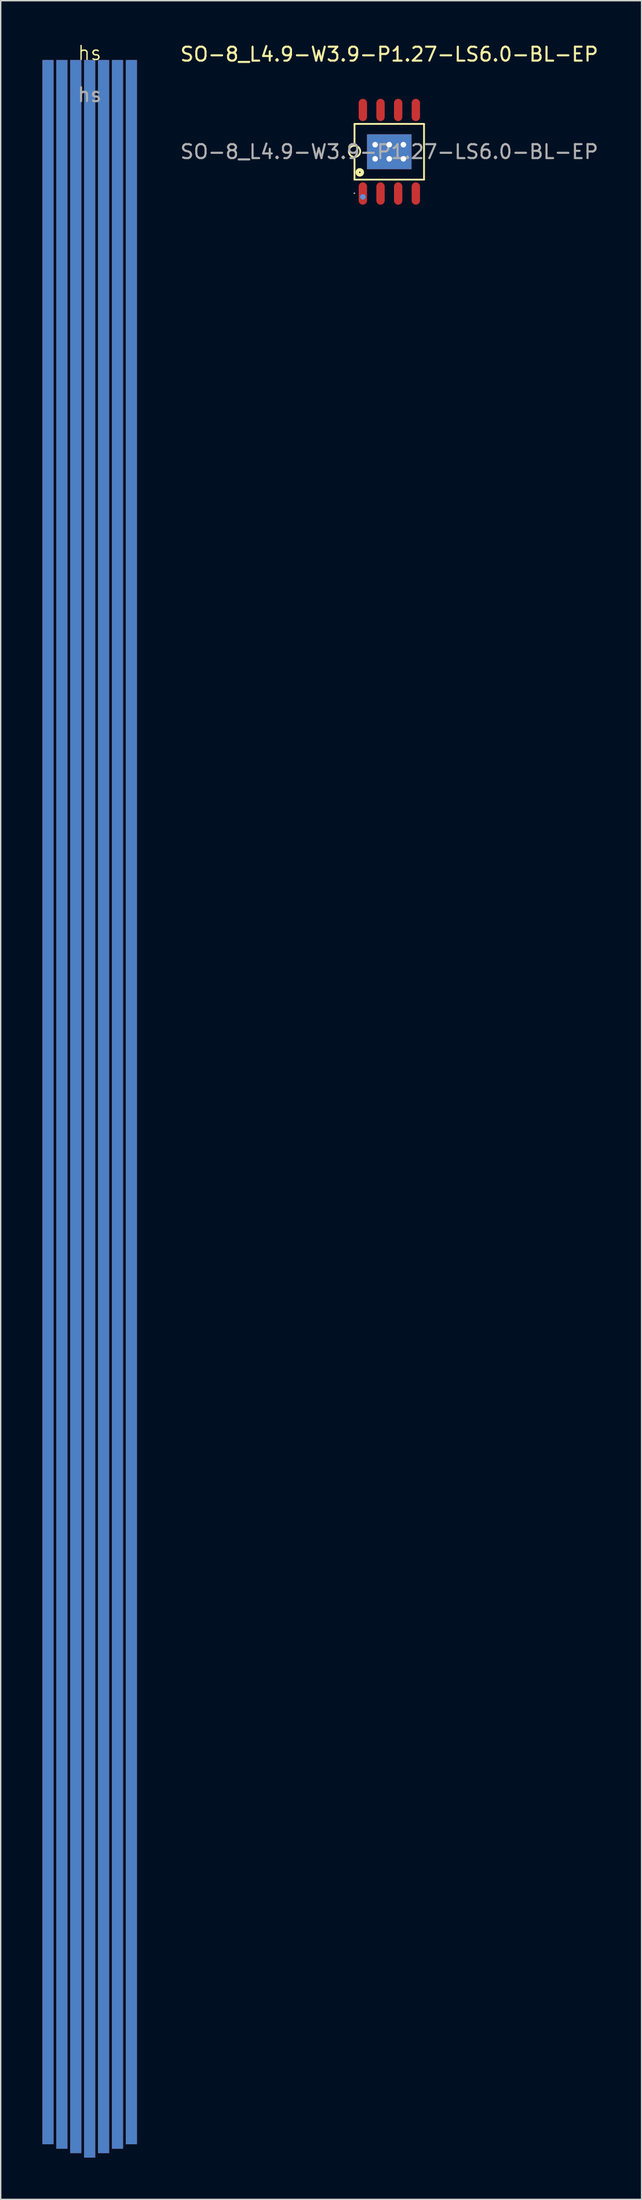
<source format=kicad_pcb>
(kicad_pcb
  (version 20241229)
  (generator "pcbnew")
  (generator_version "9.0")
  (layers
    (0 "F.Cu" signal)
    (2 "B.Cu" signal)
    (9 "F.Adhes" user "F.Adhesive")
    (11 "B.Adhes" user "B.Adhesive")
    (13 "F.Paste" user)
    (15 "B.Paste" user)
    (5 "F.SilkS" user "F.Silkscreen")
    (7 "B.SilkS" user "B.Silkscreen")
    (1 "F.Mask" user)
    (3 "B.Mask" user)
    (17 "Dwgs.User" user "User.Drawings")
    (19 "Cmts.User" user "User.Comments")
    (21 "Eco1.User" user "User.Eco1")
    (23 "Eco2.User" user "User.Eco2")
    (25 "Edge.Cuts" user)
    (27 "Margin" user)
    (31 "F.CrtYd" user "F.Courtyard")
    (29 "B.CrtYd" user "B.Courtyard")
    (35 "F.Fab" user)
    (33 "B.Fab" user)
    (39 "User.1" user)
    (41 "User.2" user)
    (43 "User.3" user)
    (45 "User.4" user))
  (footprint "SO-8_L4.9-W3.9-P1.27-LS6.0-BL-EP"
    (layer "F.Cu")
    (at 24.949 7.848)
    (property "Reference" "SO-8_L4.9-W3.9-P1.27-LS6.0-BL-EP" (at 0 -7 0) (layer "F.SilkS") (effects (font (size 1 1) (thickness 0.15))))
    (attr smd)
    (fp_line (start -2.5 -2) (end -2.5 -0.45) (stroke (width 0.13) (type solid)) (layer "F.SilkS"))
    (fp_line (start -2.5 -2) (end 2.5 -2) (stroke (width 0.13) (type solid)) (layer "F.SilkS"))
    (fp_line (start -2.5 2) (end -2.5 0.37) (stroke (width 0.13) (type solid)) (layer "F.SilkS"))
    (fp_line (start -2.5 2) (end 2.5 2) (stroke (width 0.13) (type solid)) (layer "F.SilkS"))
    (fp_line (start 2.5 -2) (end 2.5 2) (stroke (width 0.13) (type solid)) (layer "F.SilkS"))
    (fp_arc (start -2.507155 0.379938) (mid -2.496472 -0.439985) (end -2.5 0.38) (stroke (width 0.13) (type solid)) (layer "F.SilkS"))
    (fp_circle (center -2.12 1.48) (end -1.94 1.48) (stroke (width 0.25) (type solid)) (fill no) (layer "F.SilkS"))
    (fp_circle (center -1.9 3.24) (end -1.8 3.24) (stroke (width 0.2) (type solid)) (fill no) (layer "Cmts.User"))
    (fp_circle (center -2.51 2.98) (end -2.48 2.98) (stroke (width 0.06) (type solid)) (fill no) (layer "F.Fab"))
    (fp_text user "${REFERENCE}" (at 0 0 0) (layer "F.Fab") (effects (font (size 1 1) (thickness 0.15))))
    (pad "1" smd oval (at -1.9 3) (size 0.6 1.6) (layers "F.Cu" "F.Mask" "F.Paste"))
    (pad "2" smd oval (at -0.63 3) (size 0.6 1.6) (layers "F.Cu" "F.Mask" "F.Paste"))
    (pad "3" smd oval (at 0.64 3) (size 0.6 1.6) (layers "F.Cu" "F.Mask" "F.Paste"))
    (pad "4" smd oval (at 1.91 3) (size 0.6 1.6) (layers "F.Cu" "F.Mask" "F.Paste"))
    (pad "5" smd oval (at 1.91 -3) (size 0.6 1.6) (layers "F.Cu" "F.Mask" "F.Paste"))
    (pad "6" smd oval (at 0.64 -3) (size 0.6 1.6) (layers "F.Cu" "F.Mask" "F.Paste"))
    (pad "7" smd oval (at -0.63 -3) (size 0.6 1.6) (layers "F.Cu" "F.Mask" "F.Paste"))
    (pad "8" smd oval (at -1.9 -3) (size 0.6 1.6) (layers "F.Cu" "F.Mask" "F.Paste"))
    (pad "9" thru_hole rect (at -1.016 -0.508) (size 0.7 0.7) (drill 0.4) (layers "*.Cu" "*.Mask"))
    (pad "9" thru_hole rect (at -1.016 0.508) (size 0.7 0.7) (drill 0.4) (layers "*.Cu" "*.Mask"))
    (pad "9" thru_hole rect (at 0 -0.508) (size 0.7 0.7) (drill 0.4) (layers "*.Cu" "*.Mask"))
    (pad "9" smd rect (at 0 0) (size 3.2 2.5) (layers "F.Cu" "F.Mask" "F.Paste"))
    (pad "9" smd rect (at 0 0) (size 3.2 2.5) (layers "B.Cu" "B.Mask" "B.Paste"))
    (pad "9" thru_hole rect (at 0 0.508) (size 0.7 0.7) (drill 0.4) (layers "*.Cu" "*.Mask"))
    (pad "9" thru_hole rect (at 1.016 -0.508) (size 0.7 0.7) (drill 0.4) (layers "*.Cu" "*.Mask"))
    (pad "9" thru_hole rect (at 1.016 0.508) (size 0.7 0.7) (drill 0.4) (layers "*.Cu" "*.Mask")))
  (footprint "hs"
    (layer "F.Cu")
    (at 3.4 1.26)
    (property "Reference" "hs" (at 0 -0.5 0) (unlocked yes) (layer "F.SilkS") (effects (font (size 1 1) (thickness 0.1))))
    (attr smd)
    (fp_text user "${REFERENCE}" (at 0 2.5 0) (unlocked yes) (layer "F.Fab") (effects (font (size 1 1) (thickness 0.15))))
    (pad "1" smd rect (at -2 75) (size 0.8 150) (layers "F.Cu"))
    (pad "1" smd rect (at -2 75) (size 0.8 150) (layers "B.Cu"))
    (pad "1" smd rect (at 0 75.32) (size 0.8 150.64) (layers "F.Cu"))
    (pad "1" smd rect (at 0 75.32) (size 0.8 150.64) (layers "B.Cu"))
    (pad "1" smd rect (at 2 75) (size 0.8 150) (layers "F.Cu"))
    (pad "1" smd rect (at 2 75) (size 0.8 150) (layers "B.Cu"))
    (pad "2" smd rect (at -3 74.84) (size 0.8 149.68) (layers "F.Cu"))
    (pad "2" smd rect (at -3 74.84) (size 0.8 149.68) (layers "B.Cu"))
    (pad "2" smd rect (at -1 75.16) (size 0.8 150.32) (layers "F.Cu"))
    (pad "2" smd rect (at -1 75.16) (size 0.8 150.32) (layers "B.Cu"))
    (pad "2" smd rect (at 1 75.16) (size 0.8 150.32) (layers "F.Cu"))
    (pad "2" smd rect (at 1 75.16) (size 0.8 150.32) (layers "B.Cu"))
    (pad "2" smd rect (at 3 74.84) (size 0.8 149.68) (layers "F.Cu"))
    (pad "2" smd rect (at 3 74.84) (size 0.8 149.68) (layers "B.Cu")))
  (gr_rect
    (start -3 -3)
    (end 43.098 154.9)
    (stroke (width 0.1) (type default))
    (fill no)
    (layer "Edge.Cuts")))
</source>
